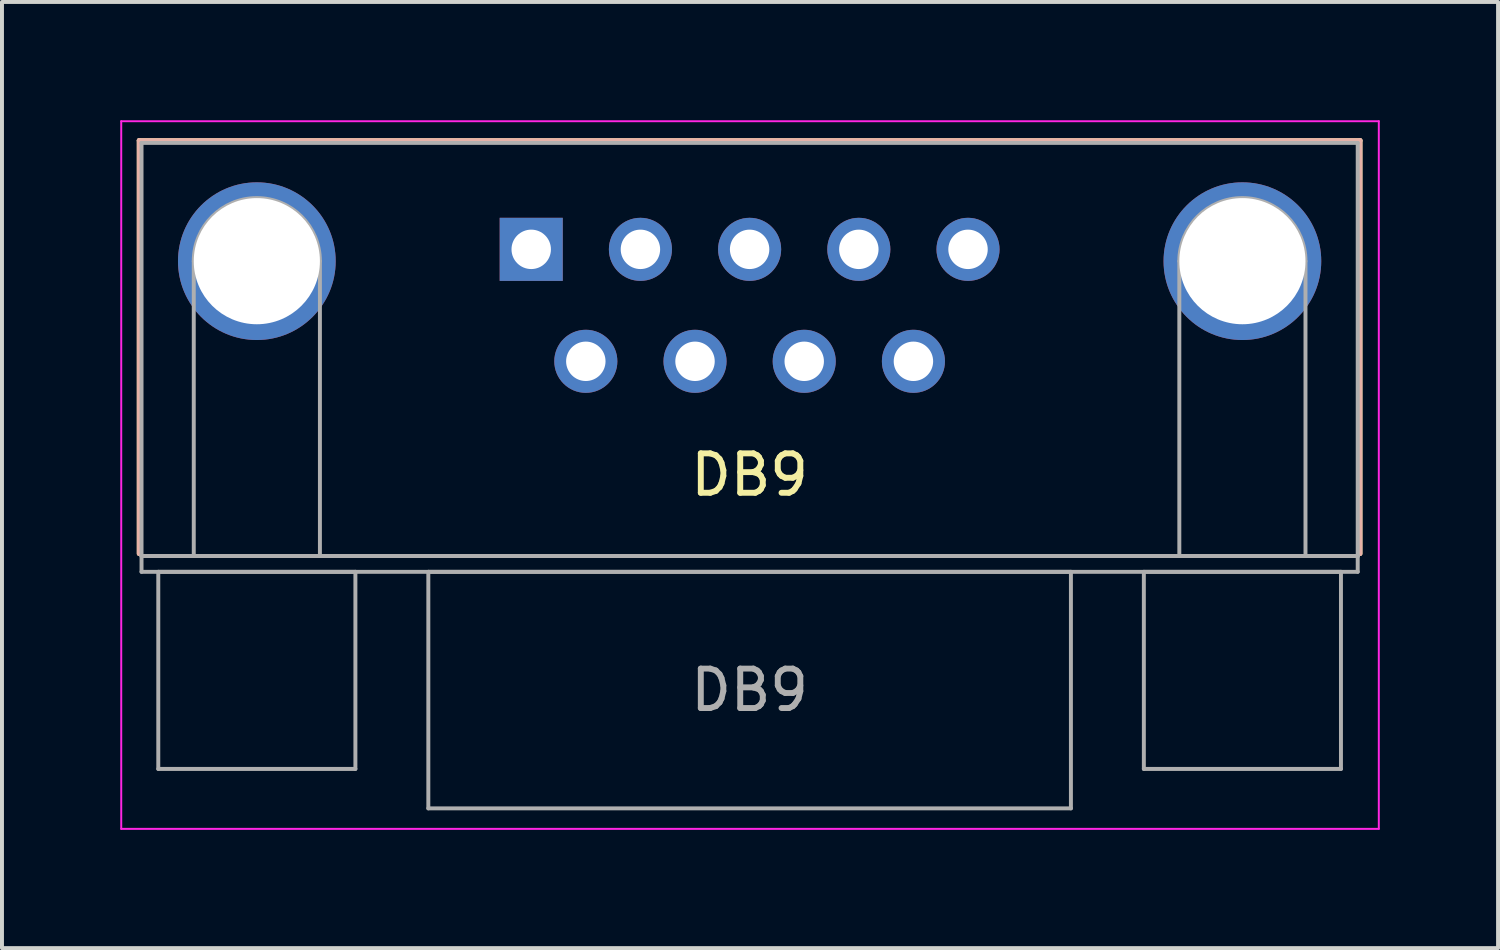
<source format=kicad_pcb>
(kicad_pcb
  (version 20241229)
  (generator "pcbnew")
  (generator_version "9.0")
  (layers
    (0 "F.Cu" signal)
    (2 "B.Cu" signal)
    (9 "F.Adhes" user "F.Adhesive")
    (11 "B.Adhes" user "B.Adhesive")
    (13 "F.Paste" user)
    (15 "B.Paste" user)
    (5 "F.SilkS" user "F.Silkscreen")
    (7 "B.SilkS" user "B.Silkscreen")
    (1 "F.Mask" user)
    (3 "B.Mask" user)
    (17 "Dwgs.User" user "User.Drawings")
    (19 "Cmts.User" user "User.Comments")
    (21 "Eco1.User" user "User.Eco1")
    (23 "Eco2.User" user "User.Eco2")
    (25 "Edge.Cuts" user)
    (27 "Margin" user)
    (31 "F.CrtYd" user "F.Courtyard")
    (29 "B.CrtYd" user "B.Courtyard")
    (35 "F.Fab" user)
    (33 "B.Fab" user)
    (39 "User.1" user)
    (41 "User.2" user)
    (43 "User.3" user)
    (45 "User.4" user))
  (footprint "DB9"
    (layer "F.Cu")
    (at 10.425 3.275)
    (property "Reference" "DB9" (at 5.54 5.72 0) (layer "F.SilkS") (effects (font (size 1 1) (thickness 0.15))))
    (attr through_hole)
    (fp_line (start -9.945 -2.76) (end 21.025 -2.76) (stroke (width 0.12) (type solid)) (layer "F.SilkS"))
    (fp_line (start -9.945 7.72) (end -9.945 -2.76) (stroke (width 0.12) (type solid)) (layer "F.SilkS"))
    (fp_line (start 21.025 -2.76) (end 21.025 7.72) (stroke (width 0.12) (type solid)) (layer "F.SilkS"))
    (fp_line (start -9.945 -2.76) (end 21.025 -2.76) (stroke (width 0.12) (type solid)) (layer "B.SilkS"))
    (fp_line (start -9.945 7.72) (end -9.945 -2.76) (stroke (width 0.12) (type solid)) (layer "B.SilkS"))
    (fp_line (start 21.025 -2.76) (end 21.025 7.72) (stroke (width 0.12) (type solid)) (layer "B.SilkS"))
    (fp_line (start -10.4 -3.25) (end -10.4 14.7) (stroke (width 0.05) (type solid)) (layer "F.CrtYd"))
    (fp_line (start -10.4 14.7) (end 21.5 14.7) (stroke (width 0.05) (type solid)) (layer "F.CrtYd"))
    (fp_line (start 21.5 -3.25) (end -10.4 -3.25) (stroke (width 0.05) (type solid)) (layer "F.CrtYd"))
    (fp_line (start 21.5 14.7) (end 21.5 -3.25) (stroke (width 0.05) (type solid)) (layer "F.CrtYd"))
    (fp_line (start -9.885 -2.7) (end -9.885 7.78) (stroke (width 0.1) (type solid)) (layer "F.Fab"))
    (fp_line (start -9.885 7.78) (end -9.885 8.18) (stroke (width 0.1) (type solid)) (layer "F.Fab"))
    (fp_line (start -9.885 7.78) (end 20.965 7.78) (stroke (width 0.1) (type solid)) (layer "F.Fab"))
    (fp_line (start -9.885 8.18) (end 20.965 8.18) (stroke (width 0.1) (type solid)) (layer "F.Fab"))
    (fp_line (start -9.46 8.18) (end -9.46 13.18) (stroke (width 0.1) (type solid)) (layer "F.Fab"))
    (fp_line (start -9.46 13.18) (end -4.46 13.18) (stroke (width 0.1) (type solid)) (layer "F.Fab"))
    (fp_line (start -8.56 7.78) (end -8.56 0.3) (stroke (width 0.1) (type solid)) (layer "F.Fab"))
    (fp_line (start -5.36 7.78) (end -5.36 0.3) (stroke (width 0.1) (type solid)) (layer "F.Fab"))
    (fp_line (start -4.46 8.18) (end -9.46 8.18) (stroke (width 0.1) (type solid)) (layer "F.Fab"))
    (fp_line (start -4.46 13.18) (end -4.46 8.18) (stroke (width 0.1) (type solid)) (layer "F.Fab"))
    (fp_line (start -2.61 8.18) (end -2.61 14.18) (stroke (width 0.1) (type solid)) (layer "F.Fab"))
    (fp_line (start -2.61 14.18) (end 13.69 14.18) (stroke (width 0.1) (type solid)) (layer "F.Fab"))
    (fp_line (start 13.69 8.18) (end -2.61 8.18) (stroke (width 0.1) (type solid)) (layer "F.Fab"))
    (fp_line (start 13.69 14.18) (end 13.69 8.18) (stroke (width 0.1) (type solid)) (layer "F.Fab"))
    (fp_line (start 15.54 8.18) (end 15.54 13.18) (stroke (width 0.1) (type solid)) (layer "F.Fab"))
    (fp_line (start 15.54 13.18) (end 20.54 13.18) (stroke (width 0.1) (type solid)) (layer "F.Fab"))
    (fp_line (start 16.44 7.78) (end 16.44 0.3) (stroke (width 0.1) (type solid)) (layer "F.Fab"))
    (fp_line (start 19.64 7.78) (end 19.64 0.3) (stroke (width 0.1) (type solid)) (layer "F.Fab"))
    (fp_line (start 20.54 8.18) (end 15.54 8.18) (stroke (width 0.1) (type solid)) (layer "F.Fab"))
    (fp_line (start 20.54 13.18) (end 20.54 8.18) (stroke (width 0.1) (type solid)) (layer "F.Fab"))
    (fp_line (start 20.965 -2.7) (end -9.885 -2.7) (stroke (width 0.1) (type solid)) (layer "F.Fab"))
    (fp_line (start 20.965 7.78) (end -9.885 7.78) (stroke (width 0.1) (type solid)) (layer "F.Fab"))
    (fp_line (start 20.965 7.78) (end 20.965 -2.7) (stroke (width 0.1) (type solid)) (layer "F.Fab"))
    (fp_line (start 20.965 8.18) (end 20.965 7.78) (stroke (width 0.1) (type solid)) (layer "F.Fab"))
    (fp_arc (start -8.56 0.3) (mid -6.96 -1.3) (end -5.36 0.3) (stroke (width 0.1) (type solid)) (layer "F.Fab"))
    (fp_arc (start 16.44 0.3) (mid 18.04 -1.3) (end 19.64 0.3) (stroke (width 0.1) (type solid)) (layer "F.Fab"))
    (fp_text user "${REFERENCE}" (at 5.54 11.18 0) (layer "F.Fab") (effects (font (size 1 1) (thickness 0.15))))
    (pad "0" thru_hole circle (at -6.96 0.3) (size 4 4) (drill 3.2) (layers "*.Cu" "*.Mask"))
    (pad "0" thru_hole circle (at 18.04 0.3) (size 4 4) (drill 3.2) (layers "*.Cu" "*.Mask"))
    (pad "1" thru_hole rect (at 0 0) (size 1.6 1.6) (drill 1) (layers "*.Cu" "*.Mask"))
    (pad "2" thru_hole circle (at 2.77 0) (size 1.6 1.6) (drill 1) (layers "*.Cu" "*.Mask"))
    (pad "3" thru_hole circle (at 5.54 0) (size 1.6 1.6) (drill 1) (layers "*.Cu" "*.Mask"))
    (pad "4" thru_hole circle (at 8.31 0) (size 1.6 1.6) (drill 1) (layers "*.Cu" "*.Mask"))
    (pad "5" thru_hole circle (at 11.08 0) (size 1.6 1.6) (drill 1) (layers "*.Cu" "*.Mask"))
    (pad "6" thru_hole circle (at 1.385 2.84) (size 1.6 1.6) (drill 1) (layers "*.Cu" "*.Mask"))
    (pad "7" thru_hole circle (at 4.155 2.84) (size 1.6 1.6) (drill 1) (layers "*.Cu" "*.Mask"))
    (pad "8" thru_hole circle (at 6.925 2.84) (size 1.6 1.6) (drill 1) (layers "*.Cu" "*.Mask"))
    (pad "9" thru_hole circle (at 9.695 2.84) (size 1.6 1.6) (drill 1) (layers "*.Cu" "*.Mask")))
  (gr_rect
    (start -3 -3)
    (end 34.95 21)
    (stroke (width 0.1) (type default))
    (fill no)
    (layer "Edge.Cuts")))
</source>
